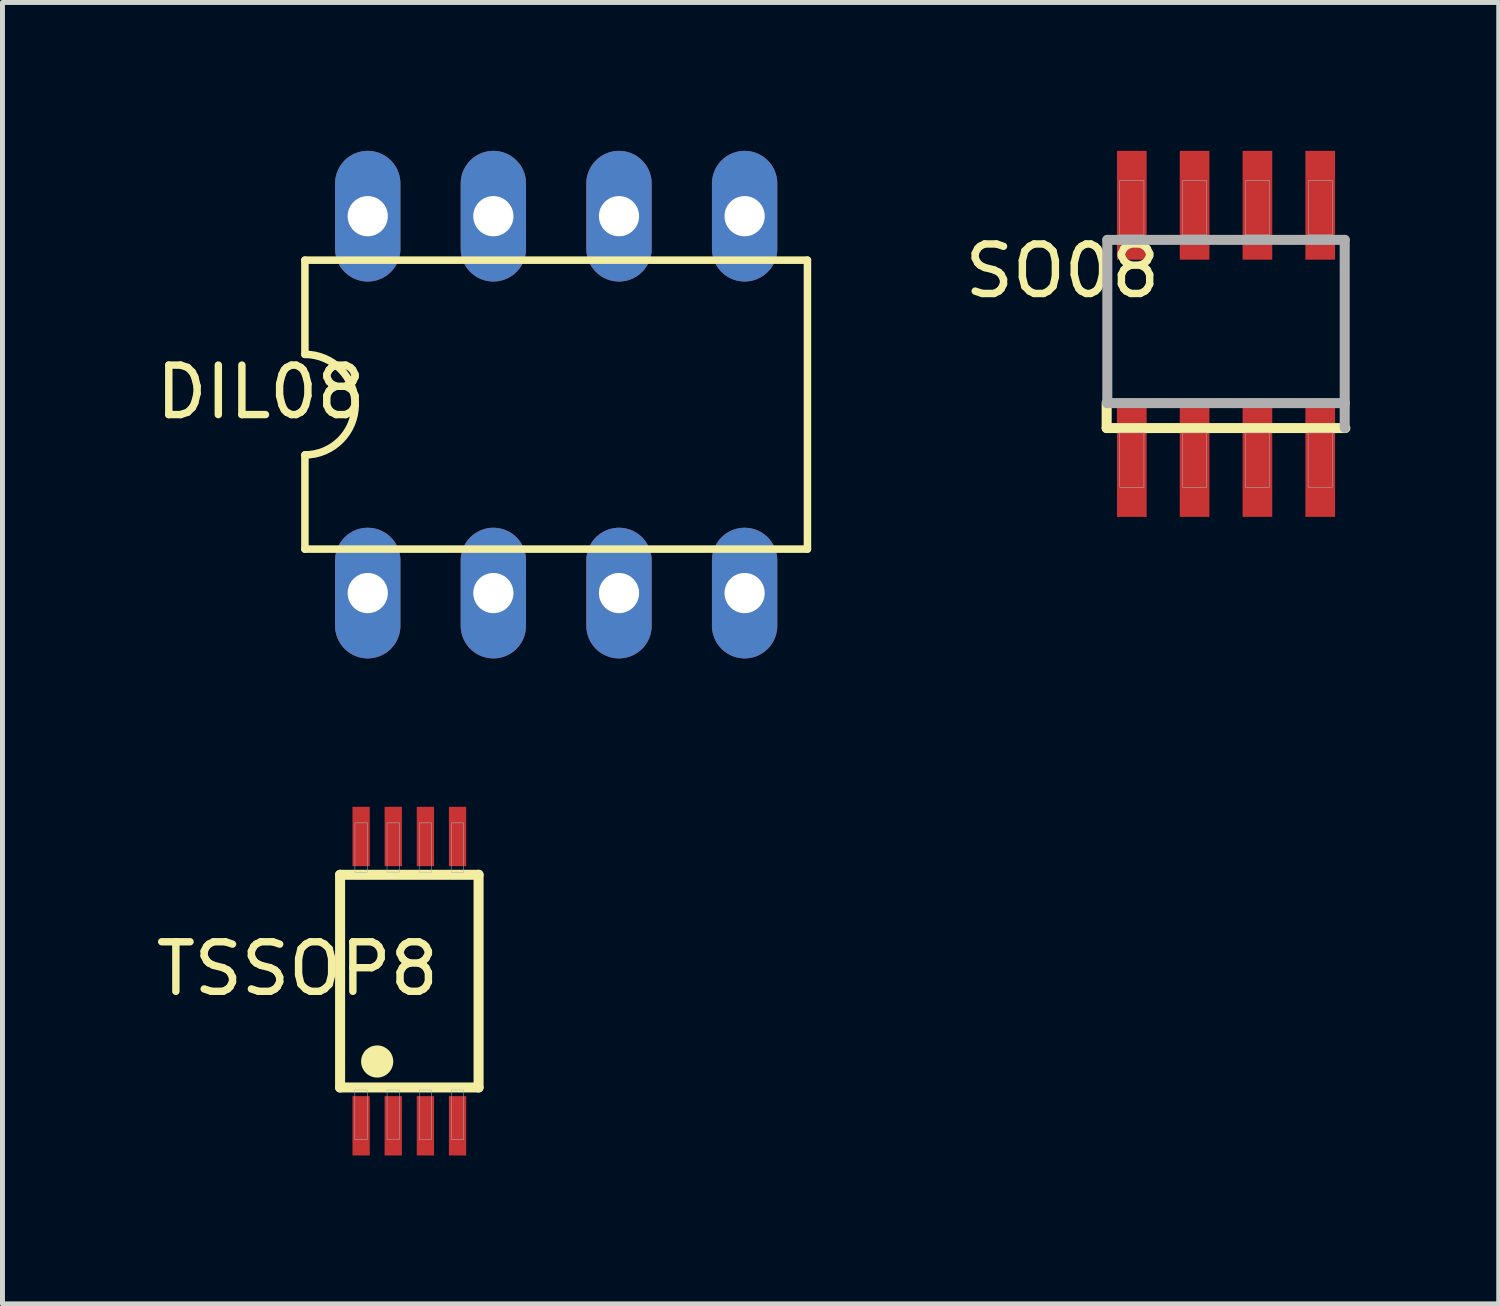
<source format=kicad_pcb>
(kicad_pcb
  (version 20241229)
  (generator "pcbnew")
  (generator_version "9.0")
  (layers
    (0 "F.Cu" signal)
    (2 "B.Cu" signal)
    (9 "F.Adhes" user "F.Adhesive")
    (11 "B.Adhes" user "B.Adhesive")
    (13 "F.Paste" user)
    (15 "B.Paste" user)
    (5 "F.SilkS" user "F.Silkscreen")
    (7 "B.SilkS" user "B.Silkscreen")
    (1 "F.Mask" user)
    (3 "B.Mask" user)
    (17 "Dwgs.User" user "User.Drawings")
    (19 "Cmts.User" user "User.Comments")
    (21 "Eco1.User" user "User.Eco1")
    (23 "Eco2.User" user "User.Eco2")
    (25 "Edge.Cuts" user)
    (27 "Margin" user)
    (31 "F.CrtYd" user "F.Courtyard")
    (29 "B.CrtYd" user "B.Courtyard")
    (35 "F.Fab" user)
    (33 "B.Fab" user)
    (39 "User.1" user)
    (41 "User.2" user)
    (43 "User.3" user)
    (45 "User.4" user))
  (footprint "SO08"
    (layer "F.Cu")
    (at 21.738 3.7)
    (property "Reference" "SO08" (at -3.307 -1.272 180) (layer "F.SilkS") (effects (font (size 1.001 1.001) (thickness 0.15))))
    (attr through_hole)
    (fp_line (start -2.413 1.905) (end -2.413 1.397) (stroke (width 0.203) (type solid)) (layer "F.SilkS"))
    (fp_line (start 2.413 1.905) (end -2.413 1.905) (stroke (width 0.203) (type solid)) (layer "F.SilkS"))
    (fp_line (start -2.4 -1.9) (end 2.4 -1.9) (stroke (width 0.203) (type solid)) (layer "F.Fab"))
    (fp_line (start -2.4 1.4) (end -2.4 -1.9) (stroke (width 0.203) (type solid)) (layer "F.Fab"))
    (fp_line (start 2.4 -1.9) (end 2.4 1.4) (stroke (width 0.203) (type solid)) (layer "F.Fab"))
    (fp_line (start 2.4 1.4) (end -2.4 1.4) (stroke (width 0.203) (type solid)) (layer "F.Fab"))
    (fp_line (start 2.4 1.4) (end 2.4 1.9) (stroke (width 0.203) (type solid)) (layer "F.Fab"))
    (fp_poly (pts (xy -2.153 -3.1) (xy -1.66 -3.1) (xy -1.66 -2.002) (xy -2.153 -2.002)) (stroke (width 0.01) (type solid)) (fill no) (layer "F.Fab"))
    (fp_poly (pts (xy -2.151 2) (xy -1.66 2) (xy -1.66 3.102) (xy -2.151 3.102)) (stroke (width 0.01) (type solid)) (fill no) (layer "F.Fab"))
    (fp_poly (pts (xy -0.881 2) (xy -0.39 2) (xy -0.39 3.102) (xy -0.881 3.102)) (stroke (width 0.01) (type solid)) (fill no) (layer "F.Fab"))
    (fp_poly (pts (xy -0.88 -3.1) (xy -0.39 -3.1) (xy -0.39 -2.001) (xy -0.88 -2.001)) (stroke (width 0.01) (type solid)) (fill no) (layer "F.Fab"))
    (fp_poly (pts (xy 0.39 2) (xy 0.88 2) (xy 0.88 3.102) (xy 0.39 3.102)) (stroke (width 0.01) (type solid)) (fill no) (layer "F.Fab"))
    (fp_poly (pts (xy 0.39 -3.1) (xy 0.88 -3.1) (xy 0.88 -2.002) (xy 0.39 -2.002)) (stroke (width 0.01) (type solid)) (fill no) (layer "F.Fab"))
    (fp_poly (pts (xy 1.66 2) (xy 2.15 2) (xy 2.15 3.101) (xy 1.66 3.101)) (stroke (width 0.01) (type solid)) (fill no) (layer "F.Fab"))
    (fp_poly (pts (xy 1.663 -3.1) (xy 2.15 -3.1) (xy 2.15 -2.003) (xy 1.663 -2.003)) (stroke (width 0.01) (type solid)) (fill no) (layer "F.Fab"))
    (pad "1" smd rect (at -1.905 2.6) (size 0.6 2.2) (layers "F.Cu" "F.Mask" "F.Paste"))
    (pad "2" smd rect (at -0.635 2.6) (size 0.6 2.2) (layers "F.Cu" "F.Mask" "F.Paste"))
    (pad "3" smd rect (at 0.635 2.6) (size 0.6 2.2) (layers "F.Cu" "F.Mask" "F.Paste"))
    (pad "4" smd rect (at 1.905 2.6) (size 0.6 2.2) (layers "F.Cu" "F.Mask" "F.Paste"))
    (pad "5" smd rect (at 1.905 -2.6) (size 0.6 2.2) (layers "F.Cu" "F.Mask" "F.Paste"))
    (pad "6" smd rect (at 0.635 -2.6) (size 0.6 2.2) (layers "F.Cu" "F.Mask" "F.Paste"))
    (pad "7" smd rect (at -0.635 -2.6) (size 0.6 2.2) (layers "F.Cu" "F.Mask" "F.Paste"))
    (pad "8" smd rect (at -1.905 -2.6 180) (size 0.6 2.2) (layers "F.Cu" "F.Mask" "F.Paste")))
  (footprint "DIL08"
    (layer "F.Cu")
    (at 8.195 5.131)
    (property "Reference" "DIL08" (at -5.973 -0.254 180) (layer "F.SilkS") (effects (font (size 1.001 1.001) (thickness 0.15))))
    (attr through_hole)
    (fp_line (start -5.08 -2.921) (end -5.08 -1.016) (stroke (width 0.152) (type solid)) (layer "F.SilkS"))
    (fp_line (start -5.08 2.921) (end -5.08 1.016) (stroke (width 0.152) (type solid)) (layer "F.SilkS"))
    (fp_line (start -5.08 2.921) (end 5.08 2.921) (stroke (width 0.152) (type solid)) (layer "F.SilkS"))
    (fp_line (start 5.08 -2.921) (end -5.08 -2.921) (stroke (width 0.152) (type solid)) (layer "F.SilkS"))
    (fp_line (start 5.08 -2.921) (end 5.08 2.921) (stroke (width 0.152) (type solid)) (layer "F.SilkS"))
    (fp_arc (start -5.08 -1.016) (mid -4.064 0) (end -5.08 1.016) (stroke (width 0.1524) (type solid)) (layer "F.SilkS"))
    (pad "1" thru_hole oval (at -3.81 3.81) (size 1.321 2.642) (drill 0.813) (layers "*.Cu" "*.Mask"))
    (pad "2" thru_hole oval (at -1.27 3.81) (size 1.321 2.642) (drill 0.813) (layers "*.Cu" "*.Mask"))
    (pad "3" thru_hole oval (at 1.27 3.81) (size 1.321 2.642) (drill 0.813) (layers "*.Cu" "*.Mask"))
    (pad "4" thru_hole oval (at 3.81 3.81) (size 1.321 2.642) (drill 0.813) (layers "*.Cu" "*.Mask"))
    (pad "5" thru_hole oval (at 3.81 -3.81) (size 1.321 2.642) (drill 0.813) (layers "*.Cu" "*.Mask"))
    (pad "6" thru_hole oval (at 1.27 -3.81) (size 1.321 2.642) (drill 0.813) (layers "*.Cu" "*.Mask"))
    (pad "7" thru_hole oval (at -1.27 -3.81) (size 1.321 2.642) (drill 0.813) (layers "*.Cu" "*.Mask"))
    (pad "8" thru_hole oval (at -3.81 -3.81) (size 1.321 2.642) (drill 0.813) (layers "*.Cu" "*.Mask")))
  (footprint "TSSOP8"
    (layer "F.Cu")
    (at 5.226 16.787)
    (property "Reference" "TSSOP8" (at -2.263 -0.25 180) (layer "F.SilkS") (effects (font (size 1.002 1.002) (thickness 0.15))))
    (attr through_hole)
    (fp_line (start -1.4 -2.15) (end -1.4 2.15) (stroke (width 0.203) (type solid)) (layer "F.SilkS"))
    (fp_line (start -1.4 2.15) (end 1.4 2.15) (stroke (width 0.203) (type solid)) (layer "F.SilkS"))
    (fp_line (start 1.4 -2.15) (end -1.4 -2.15) (stroke (width 0.203) (type solid)) (layer "F.SilkS"))
    (fp_line (start 1.4 2.15) (end 1.4 -2.15) (stroke (width 0.203) (type solid)) (layer "F.SilkS"))
    (fp_circle (center -0.65 1.625) (end -0.325 1.625) (stroke (width 0) (type solid)) (fill yes) (layer "F.SilkS"))
    (fp_poly (pts (xy -1.102 2.2) (xy -0.85 2.2) (xy -0.85 3.205) (xy -1.102 3.205)) (stroke (width 0.01) (type solid)) (fill no) (layer "F.Fab"))
    (fp_poly (pts (xy -1.1 -3.2) (xy -0.85 -3.2) (xy -0.85 -2.2) (xy -1.1 -2.2)) (stroke (width 0.01) (type solid)) (fill no) (layer "F.Fab"))
    (fp_poly (pts (xy -0.451 -3.2) (xy -0.2 -3.2) (xy -0.2 -2.204) (xy -0.451 -2.204)) (stroke (width 0.01) (type solid)) (fill no) (layer "F.Fab"))
    (fp_poly (pts (xy -0.45 2.2) (xy -0.2 2.2) (xy -0.2 3.202) (xy -0.45 3.202)) (stroke (width 0.01) (type solid)) (fill no) (layer "F.Fab"))
    (fp_poly (pts (xy 0.2 2.2) (xy 0.45 2.2) (xy 0.45 3.202) (xy 0.2 3.202)) (stroke (width 0.01) (type solid)) (fill no) (layer "F.Fab"))
    (fp_poly (pts (xy 0.2 -3.2) (xy 0.45 -3.2) (xy 0.45 -2.203) (xy 0.2 -2.203)) (stroke (width 0.01) (type solid)) (fill no) (layer "F.Fab"))
    (fp_poly (pts (xy 0.85 -3.2) (xy 1.1 -3.2) (xy 1.1 -2.201) (xy 0.85 -2.201)) (stroke (width 0.01) (type solid)) (fill no) (layer "F.Fab"))
    (fp_poly (pts (xy 0.851 2.2) (xy 1.1 2.2) (xy 1.1 3.204) (xy 0.851 3.204)) (stroke (width 0.01) (type solid)) (fill no) (layer "F.Fab"))
    (pad "1" smd rect (at -0.975 2.925) (size 0.35 1.2) (layers "F.Cu" "F.Mask" "F.Paste"))
    (pad "2" smd rect (at -0.325 2.925) (size 0.35 1.2) (layers "F.Cu" "F.Mask" "F.Paste"))
    (pad "3" smd rect (at 0.325 2.925) (size 0.35 1.2) (layers "F.Cu" "F.Mask" "F.Paste"))
    (pad "4" smd rect (at 0.975 2.925) (size 0.35 1.2) (layers "F.Cu" "F.Mask" "F.Paste"))
    (pad "5" smd rect (at 0.975 -2.925) (size 0.35 1.2) (layers "F.Cu" "F.Mask" "F.Paste"))
    (pad "6" smd rect (at 0.325 -2.925) (size 0.35 1.2) (layers "F.Cu" "F.Mask" "F.Paste"))
    (pad "7" smd rect (at -0.325 -2.925) (size 0.35 1.2) (layers "F.Cu" "F.Mask" "F.Paste"))
    (pad "8" smd rect (at -0.975 -2.925) (size 0.35 1.2) (layers "F.Cu" "F.Mask" "F.Paste")))
  (gr_rect
    (start -3 -3)
    (end 27.252 23.312)
    (stroke (width 0.1) (type default))
    (fill no)
    (layer "Edge.Cuts")))
</source>
